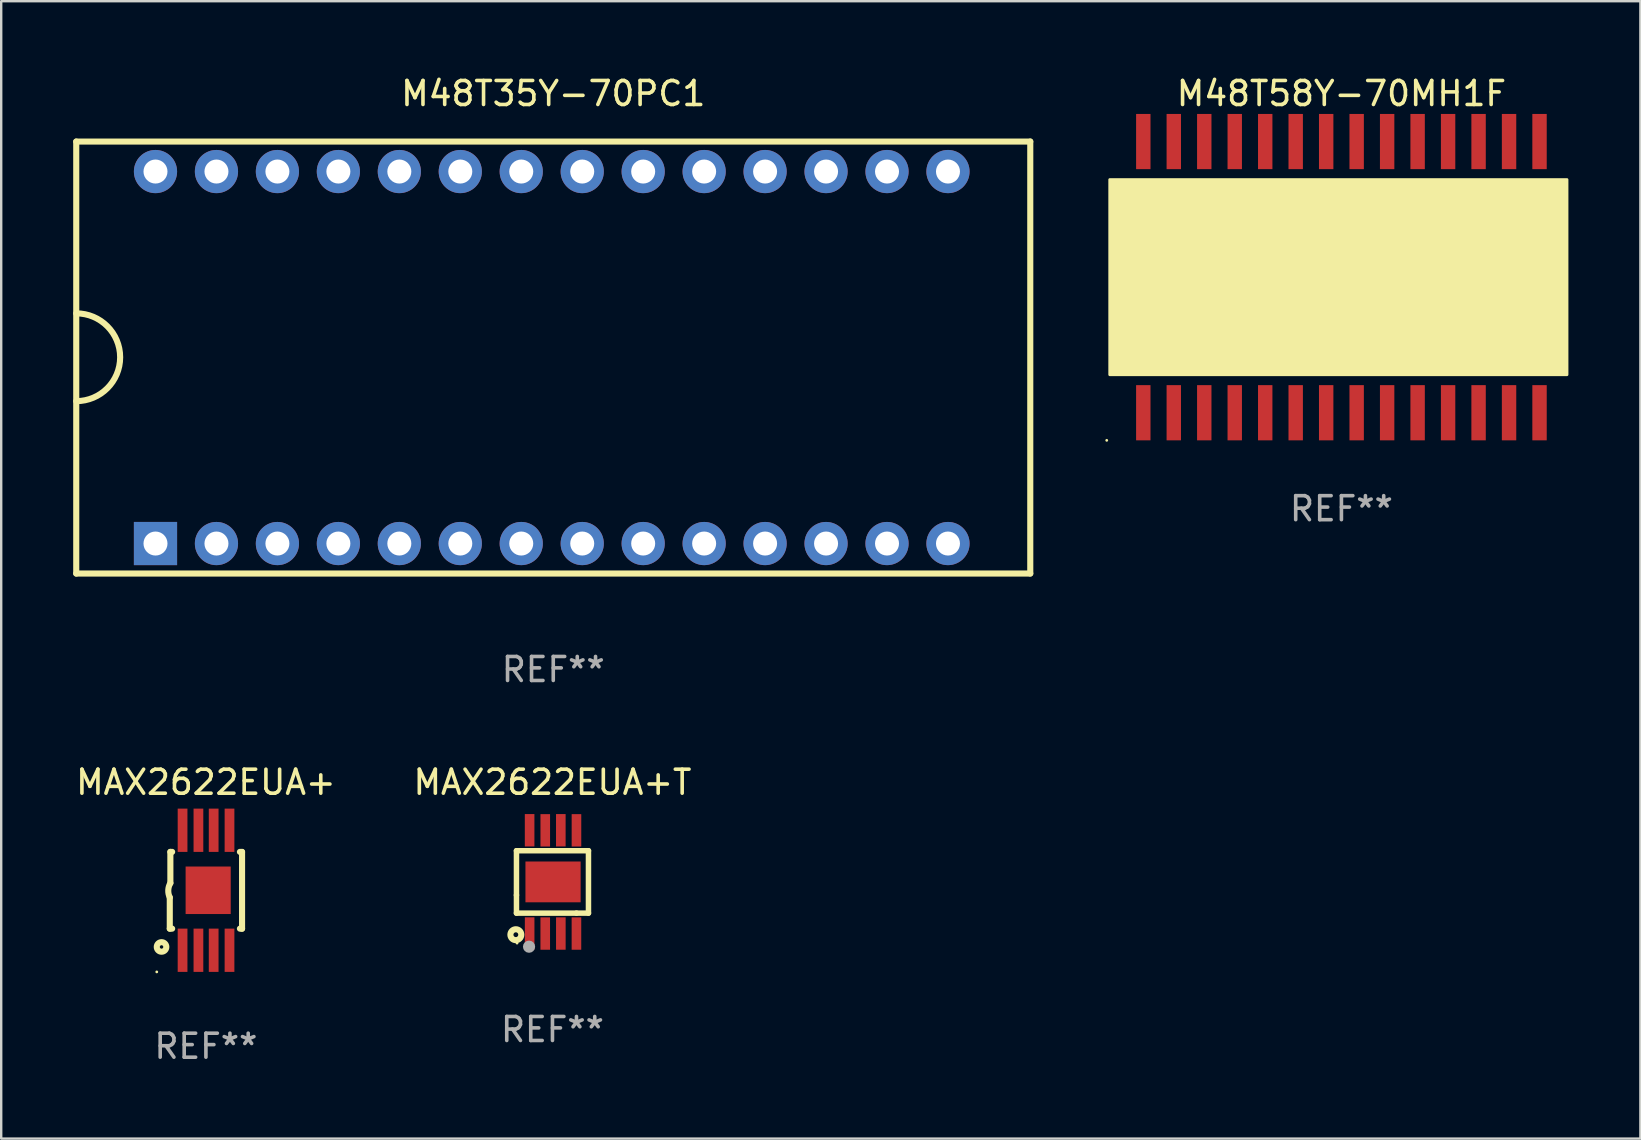
<source format=kicad_pcb>
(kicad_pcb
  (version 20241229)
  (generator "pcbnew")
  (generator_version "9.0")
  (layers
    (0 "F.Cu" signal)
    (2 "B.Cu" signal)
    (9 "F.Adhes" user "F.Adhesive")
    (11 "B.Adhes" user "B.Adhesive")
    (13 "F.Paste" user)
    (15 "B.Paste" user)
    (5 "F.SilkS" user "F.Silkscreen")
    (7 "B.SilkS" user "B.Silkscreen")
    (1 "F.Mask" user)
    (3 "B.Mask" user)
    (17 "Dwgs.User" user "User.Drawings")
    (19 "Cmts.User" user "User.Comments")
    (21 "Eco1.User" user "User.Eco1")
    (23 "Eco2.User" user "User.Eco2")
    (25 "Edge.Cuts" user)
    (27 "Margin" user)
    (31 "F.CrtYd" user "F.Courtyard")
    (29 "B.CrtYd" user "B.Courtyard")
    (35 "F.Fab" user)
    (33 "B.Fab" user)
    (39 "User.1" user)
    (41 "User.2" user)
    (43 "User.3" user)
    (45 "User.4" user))
  (footprint "M48T58Y-70MH1F"
    (layer "F.Cu")
    (at 52.844 8.498)
    (property "Reference" "M48T58Y-70MH1F" (at 0 -7.65 0) (layer "F.SilkS") (effects (font (size 1 1) (thickness 0.15))))
    (attr through_hole)
    (fp_circle (center -9.779 6.8) (end -9.749 6.8) (stroke (width 0.06) (type solid)) (fill no) (layer "F.SilkS"))
    (fp_circle (center -8.636 3.175) (end -8.352 3.175) (stroke (width 0.254) (type solid)) (fill no) (layer "F.SilkS"))
    (fp_poly (pts (xy -9.652 -4.064) (xy 9.398 -4.064) (xy 9.398 4.064) (xy -9.652 4.064)) (stroke (width 0.12) (type solid)) (fill yes) (layer "F.SilkS"))
    (fp_text user "REF**" (at 0 9.65 0) (layer "F.Fab") (effects (font (size 1 1) (thickness 0.15))))
    (pad "1" smd rect (at -8.255 5.65) (size 0.6 2.3) (layers "F.Cu" "F.Mask" "F.Paste"))
    (pad "2" smd rect (at -6.985 5.65) (size 0.6 2.3) (layers "F.Cu" "F.Mask" "F.Paste"))
    (pad "3" smd rect (at -5.715 5.65) (size 0.6 2.3) (layers "F.Cu" "F.Mask" "F.Paste"))
    (pad "4" smd rect (at -4.445 5.65) (size 0.6 2.3) (layers "F.Cu" "F.Mask" "F.Paste"))
    (pad "5" smd rect (at -3.175 5.65) (size 0.6 2.3) (layers "F.Cu" "F.Mask" "F.Paste"))
    (pad "6" smd rect (at -1.905 5.65) (size 0.6 2.3) (layers "F.Cu" "F.Mask" "F.Paste"))
    (pad "7" smd rect (at -0.635 5.65) (size 0.6 2.3) (layers "F.Cu" "F.Mask" "F.Paste"))
    (pad "8" smd rect (at 0.635 5.65) (size 0.6 2.3) (layers "F.Cu" "F.Mask" "F.Paste"))
    (pad "9" smd rect (at 1.905 5.65) (size 0.6 2.3) (layers "F.Cu" "F.Mask" "F.Paste"))
    (pad "10" smd rect (at 3.175 5.65) (size 0.6 2.3) (layers "F.Cu" "F.Mask" "F.Paste"))
    (pad "11" smd rect (at 4.445 5.65) (size 0.6 2.3) (layers "F.Cu" "F.Mask" "F.Paste"))
    (pad "12" smd rect (at 5.715 5.65) (size 0.6 2.3) (layers "F.Cu" "F.Mask" "F.Paste"))
    (pad "13" smd rect (at 6.985 5.65) (size 0.6 2.3) (layers "F.Cu" "F.Mask" "F.Paste"))
    (pad "14" smd rect (at 8.255 5.65) (size 0.6 2.3) (layers "F.Cu" "F.Mask" "F.Paste"))
    (pad "15" smd rect (at 8.255 -5.65) (size 0.6 2.3) (layers "F.Cu" "F.Mask" "F.Paste"))
    (pad "16" smd rect (at 6.985 -5.65) (size 0.6 2.3) (layers "F.Cu" "F.Mask" "F.Paste"))
    (pad "17" smd rect (at 5.715 -5.65) (size 0.6 2.3) (layers "F.Cu" "F.Mask" "F.Paste"))
    (pad "18" smd rect (at 4.445 -5.65) (size 0.6 2.3) (layers "F.Cu" "F.Mask" "F.Paste"))
    (pad "19" smd rect (at 3.175 -5.65) (size 0.6 2.3) (layers "F.Cu" "F.Mask" "F.Paste"))
    (pad "20" smd rect (at 1.905 -5.65) (size 0.6 2.3) (layers "F.Cu" "F.Mask" "F.Paste"))
    (pad "21" smd rect (at 0.635 -5.65) (size 0.6 2.3) (layers "F.Cu" "F.Mask" "F.Paste"))
    (pad "22" smd rect (at -0.635 -5.65) (size 0.6 2.3) (layers "F.Cu" "F.Mask" "F.Paste"))
    (pad "23" smd rect (at -1.905 -5.65) (size 0.6 2.3) (layers "F.Cu" "F.Mask" "F.Paste"))
    (pad "24" smd rect (at -3.175 -5.65) (size 0.6 2.3) (layers "F.Cu" "F.Mask" "F.Paste"))
    (pad "25" smd rect (at -4.445 -5.65) (size 0.6 2.3) (layers "F.Cu" "F.Mask" "F.Paste"))
    (pad "26" smd rect (at -5.715 -5.65) (size 0.6 2.3) (layers "F.Cu" "F.Mask" "F.Paste"))
    (pad "27" smd rect (at -6.985 -5.65) (size 0.6 2.3) (layers "F.Cu" "F.Mask" "F.Paste"))
    (pad "28" smd rect (at -8.255 -5.65) (size 0.6 2.3) (layers "F.Cu" "F.Mask" "F.Paste")))
  (footprint "MAX2622EUA+"
    (layer "F.Cu")
    (at 5.53 34.045)
    (property "Reference" "MAX2622EUA+" (at 0 -4.5 0) (layer "F.SilkS") (effects (font (size 1 1) (thickness 0.15))))
    (attr through_hole)
    (fp_line (start -1.506 1.6) (end -1.506 0.3) (stroke (width 0.254) (type solid)) (layer "F.SilkS"))
    (fp_line (start -1.506 1.6) (end -1.407 1.6) (stroke (width 0.254) (type solid)) (layer "F.SilkS"))
    (fp_line (start -1.481 -1.599) (end -1.481 -0.3) (stroke (width 0.254) (type solid)) (layer "F.SilkS"))
    (fp_line (start -1.481 -1.599) (end -1.407 -1.599) (stroke (width 0.254) (type solid)) (layer "F.SilkS"))
    (fp_line (start 1.417 -1.599) (end 1.506 -1.599) (stroke (width 0.254) (type solid)) (layer "F.SilkS"))
    (fp_line (start 1.417 1.6) (end 1.506 1.6) (stroke (width 0.254) (type solid)) (layer "F.SilkS"))
    (fp_line (start 1.506 1.603) (end 1.506 -1.595) (stroke (width 0.254) (type solid)) (layer "F.SilkS"))
    (fp_arc (start -1.506223 0.299593) (mid -1.568349 -0.003436) (end -1.480823 -0.300127) (stroke (width 0.254001) (type solid)) (layer "F.SilkS"))
    (fp_circle (center -2.048 3.402) (end -2.018 3.402) (stroke (width 0.06) (type solid)) (fill no) (layer "F.SilkS"))
    (fp_circle (center -1.849 2.362) (end -1.777 2.362) (stroke (width 0.254) (type solid)) (fill no) (layer "F.SilkS"))
    (fp_text user "REF**" (at 0 6.5 0) (layer "F.Fab") (effects (font (size 1 1) (thickness 0.15))))
    (pad "1" smd rect (at -0.973 2.5 90) (size 1.803 0.406) (layers "F.Cu" "F.Mask" "F.Paste"))
    (pad "2" smd rect (at -0.312 2.5 90) (size 1.803 0.406) (layers "F.Cu" "F.Mask" "F.Paste"))
    (pad "3" smd rect (at 0.323 2.5 90) (size 1.803 0.406) (layers "F.Cu" "F.Mask" "F.Paste"))
    (pad "4" smd rect (at 0.983 2.5 90) (size 1.803 0.406) (layers "F.Cu" "F.Mask" "F.Paste"))
    (pad "5" smd rect (at 0.983 -2.5 90) (size 1.803 0.406) (layers "F.Cu" "F.Mask" "F.Paste"))
    (pad "6" smd rect (at 0.323 -2.5 90) (size 1.803 0.406) (layers "F.Cu" "F.Mask" "F.Paste"))
    (pad "7" smd rect (at -0.312 -2.5 90) (size 1.803 0.406) (layers "F.Cu" "F.Mask" "F.Paste"))
    (pad "8" smd rect (at -0.973 -2.5 90) (size 1.803 0.406) (layers "F.Cu" "F.Mask" "F.Paste"))
    (pad "9" smd rect (at 0.094 0.001 180) (size 1.88 1.98) (layers "F.Cu" "F.Mask" "F.Paste")))
  (footprint "M48T35Y-70PC1"
    (layer "F.Cu")
    (at 20.003 11.848)
    (property "Reference" "M48T35Y-70PC1" (at 0 -11 0) (layer "F.SilkS") (effects (font (size 1 1) (thickness 0.15))))
    (attr through_hole)
    (fp_line (start -19.876 -9) (end -19.876 9) (stroke (width 0.254) (type solid)) (layer "F.SilkS"))
    (fp_line (start -19.876 -9) (end 19.876 -9) (stroke (width 0.254) (type solid)) (layer "F.SilkS"))
    (fp_line (start -19.876 9) (end 19.876 9) (stroke (width 0.254) (type solid)) (layer "F.SilkS"))
    (fp_line (start 19.876 -9) (end 19.876 9) (stroke (width 0.254) (type solid)) (layer "F.SilkS"))
    (fp_arc (start -19.87554 -1.840944) (mid -18.046737 -0.012141) (end -19.87554 1.816662) (stroke (width 0.254001) (type solid)) (layer "F.SilkS"))
    (fp_text user "REF**" (at 0 13 0) (layer "F.Fab") (effects (font (size 1 1) (thickness 0.15))))
    (pad "1" thru_hole rect (at -16.574 7.75) (size 1.8 1.8) (drill 1) (layers "*.Cu" "*.Mask"))
    (pad "2" thru_hole circle (at -14.034 7.75) (size 1.8 1.8) (drill 1) (layers "*.Cu" "*.Mask"))
    (pad "3" thru_hole circle (at -11.494 7.75) (size 1.8 1.8) (drill 1) (layers "*.Cu" "*.Mask"))
    (pad "4" thru_hole circle (at -8.954 7.75) (size 1.8 1.8) (drill 1) (layers "*.Cu" "*.Mask"))
    (pad "5" thru_hole circle (at -6.414 7.75) (size 1.8 1.8) (drill 1) (layers "*.Cu" "*.Mask"))
    (pad "6" thru_hole circle (at -3.874 7.75) (size 1.8 1.8) (drill 1) (layers "*.Cu" "*.Mask"))
    (pad "7" thru_hole circle (at -1.334 7.75) (size 1.8 1.8) (drill 1) (layers "*.Cu" "*.Mask"))
    (pad "8" thru_hole circle (at 1.207 7.75) (size 1.8 1.8) (drill 1) (layers "*.Cu" "*.Mask"))
    (pad "9" thru_hole circle (at 3.747 7.75) (size 1.8 1.8) (drill 1) (layers "*.Cu" "*.Mask"))
    (pad "10" thru_hole circle (at 6.287 7.75) (size 1.8 1.8) (drill 1) (layers "*.Cu" "*.Mask"))
    (pad "11" thru_hole circle (at 8.827 7.75) (size 1.8 1.8) (drill 1) (layers "*.Cu" "*.Mask"))
    (pad "12" thru_hole circle (at 11.367 7.75) (size 1.8 1.8) (drill 1) (layers "*.Cu" "*.Mask"))
    (pad "13" thru_hole circle (at 13.907 7.75) (size 1.8 1.8) (drill 1) (layers "*.Cu" "*.Mask"))
    (pad "14" thru_hole circle (at 16.447 7.75) (size 1.8 1.8) (drill 1) (layers "*.Cu" "*.Mask"))
    (pad "15" thru_hole circle (at 16.447 -7.75) (size 1.8 1.8) (drill 1) (layers "*.Cu" "*.Mask"))
    (pad "16" thru_hole circle (at 13.907 -7.75) (size 1.8 1.8) (drill 1) (layers "*.Cu" "*.Mask"))
    (pad "17" thru_hole circle (at 11.367 -7.75) (size 1.8 1.8) (drill 1) (layers "*.Cu" "*.Mask"))
    (pad "18" thru_hole circle (at 8.827 -7.75) (size 1.8 1.8) (drill 1) (layers "*.Cu" "*.Mask"))
    (pad "19" thru_hole circle (at 6.287 -7.75) (size 1.8 1.8) (drill 1) (layers "*.Cu" "*.Mask"))
    (pad "20" thru_hole circle (at 3.747 -7.75) (size 1.8 1.8) (drill 1) (layers "*.Cu" "*.Mask"))
    (pad "21" thru_hole circle (at 1.207 -7.75) (size 1.8 1.8) (drill 1) (layers "*.Cu" "*.Mask"))
    (pad "22" thru_hole circle (at -1.334 -7.75) (size 1.8 1.8) (drill 1) (layers "*.Cu" "*.Mask"))
    (pad "23" thru_hole circle (at -3.874 -7.75) (size 1.8 1.8) (drill 1) (layers "*.Cu" "*.Mask"))
    (pad "24" thru_hole circle (at -6.414 -7.75) (size 1.8 1.8) (drill 1) (layers "*.Cu" "*.Mask"))
    (pad "25" thru_hole circle (at -8.954 -7.75) (size 1.8 1.8) (drill 1) (layers "*.Cu" "*.Mask"))
    (pad "26" thru_hole circle (at -11.494 -7.75) (size 1.8 1.8) (drill 1) (layers "*.Cu" "*.Mask"))
    (pad "27" thru_hole circle (at -14.034 -7.75) (size 1.8 1.8) (drill 1) (layers "*.Cu" "*.Mask"))
    (pad "28" thru_hole circle (at -16.574 -7.75) (size 1.8 1.8) (drill 1) (layers "*.Cu" "*.Mask")))
  (footprint "MAX2622EUA+T"
    (layer "F.Cu")
    (at 19.97 33.697)
    (property "Reference" "MAX2622EUA+T" (at 0 -4.152 0) (layer "F.SilkS") (effects (font (size 1 1) (thickness 0.15))))
    (attr through_hole)
    (fp_line (start -1.5 1.301) (end 1 1.301) (stroke (width 0.229) (type solid)) (layer "F.SilkS"))
    (fp_line (start -1.5 -1.299) (end -1.5 0.551) (stroke (width 0.229) (type solid)) (layer "F.SilkS"))
    (fp_line (start -1.5 0.551) (end -1.5 1.301) (stroke (width 0.229) (type solid)) (layer "F.SilkS"))
    (fp_line (start 1 1.301) (end 1.5 1.301) (stroke (width 0.229) (type solid)) (layer "F.SilkS"))
    (fp_line (start 1.5 1.301) (end 1.5 -1.299) (stroke (width 0.229) (type solid)) (layer "F.SilkS"))
    (fp_line (start 1.5 -1.299) (end -1.5 -1.299) (stroke (width 0.229) (type solid)) (layer "F.SilkS"))
    (fp_circle (center -1.526 2.2) (end -1.426 2.2) (stroke (width 0.254) (type solid)) (fill no) (layer "F.SilkS"))
    (fp_circle (center -1.476 2.55) (end -1.446 2.55) (stroke (width 0.06) (type solid)) (fill no) (layer "F.SilkS"))
    (fp_circle (center -0.976 2.7) (end -0.849 2.7) (stroke (width 0.254) (type solid)) (fill no) (layer "F.Fab"))
    (fp_text user "REF**" (at 0 6.152 0) (layer "F.Fab") (effects (font (size 1 1) (thickness 0.15))))
    (pad "1" smd rect (at -0.951 2.15) (size 0.4 1.349) (layers "F.Cu" "F.Mask" "F.Paste"))
    (pad "2" smd rect (at -0.301 2.152) (size 0.4 1.349) (layers "F.Cu" "F.Mask" "F.Paste"))
    (pad "3" smd rect (at 0.349 2.151) (size 0.4 1.349) (layers "F.Cu" "F.Mask" "F.Paste"))
    (pad "4" smd rect (at 0.999 2.152) (size 0.4 1.349) (layers "F.Cu" "F.Mask" "F.Paste"))
    (pad "5" smd rect (at 1 -2.149) (size 0.4 1.349) (layers "F.Cu" "F.Mask" "F.Paste"))
    (pad "6" smd rect (at 0.348 -2.152) (size 0.4 1.349) (layers "F.Cu" "F.Mask" "F.Paste"))
    (pad "7" smd rect (at -0.3 -2.149) (size 0.4 1.349) (layers "F.Cu" "F.Mask" "F.Paste"))
    (pad "8" smd rect (at -0.952 -2.152) (size 0.4 1.349) (layers "F.Cu" "F.Mask" "F.Paste"))
    (pad "9" smd rect (at 0.024 0 90) (size 1.7 2.3) (layers "F.Cu" "F.Mask" "F.Paste")))
  (gr_rect
    (start -3 -3)
    (end 65.302 44.393)
    (stroke (width 0.1) (type default))
    (fill no)
    (layer "Edge.Cuts")))
</source>
